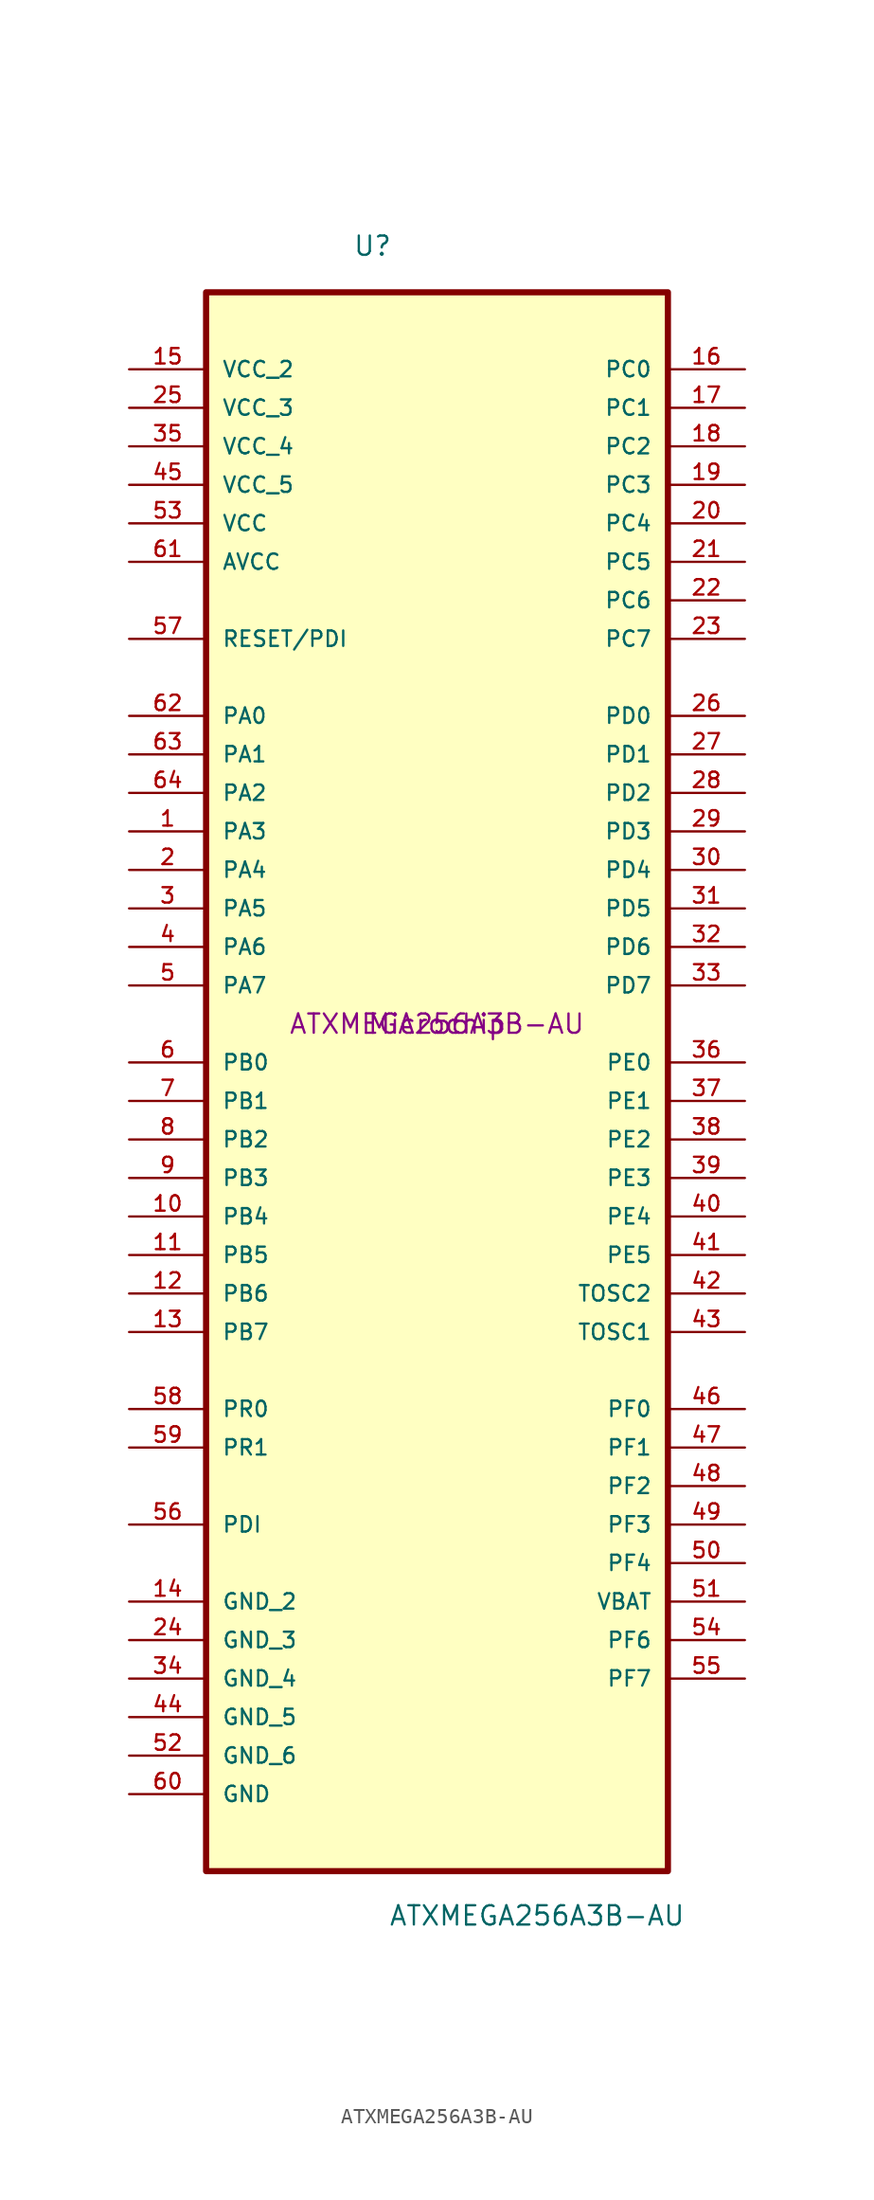
<source format=kicad_sym>
(kicad_symbol_lib
  (version 20220914)
  (generator kicad_symbol_editor)
  (symbol "ATXMEGA256A3B-AU"
    (pin_names
      (offset 1.016))
    (property "Reference" "U"
      (at -5.563 50.571 0)
      (effects (font (size 1.27 1.27)) (justify left bottom)))
    (property "Value" "ATXMEGA256A3B-AU"
      (at -3.2 -59.563 0)
      (effects (font (size 1.27 1.27)) (justify left bottom)))
    (property "Part Number" "ATXMEGA256A3B-AU"
      (at 0 0 0)
      (effects (font (size 1.27 1.27))))
    (property "Manufacturer" "Microchip"
      (at 0 0 0)
      (effects (font (size 1.27 1.27))))
    (symbol "ATXMEGA256A3B-AU_0_0"
      (rectangle (start -15.24 -55.88) (end 15.24 48.26) (stroke (width 0.406) (type default)) (fill (type background)))
      (pin bidirectional line (at -20.32 12.7 0) (length 5.08) (name "PA3" (effects (font (size 1.016 1.016)))) (number "1" (effects (font (size 1.016 1.016)))))
      (pin bidirectional line (at -20.32 -12.7 0) (length 5.08) (name "PB4" (effects (font (size 1.016 1.016)))) (number "10" (effects (font (size 1.016 1.016)))))
      (pin bidirectional line (at -20.32 -15.24 0) (length 5.08) (name "PB5" (effects (font (size 1.016 1.016)))) (number "11" (effects (font (size 1.016 1.016)))))
      (pin bidirectional line (at -20.32 -17.78 0) (length 5.08) (name "PB6" (effects (font (size 1.016 1.016)))) (number "12" (effects (font (size 1.016 1.016)))))
      (pin bidirectional line (at -20.32 -20.32 0) (length 5.08) (name "PB7" (effects (font (size 1.016 1.016)))) (number "13" (effects (font (size 1.016 1.016)))))
      (pin passive line (at -20.32 -38.1 0) (length 5.08) (name "GND_2" (effects (font (size 1.016 1.016)))) (number "14" (effects (font (size 1.016 1.016)))))
      (pin power_in line (at -20.32 43.18 0) (length 5.08) (name "VCC_2" (effects (font (size 1.016 1.016)))) (number "15" (effects (font (size 1.016 1.016)))))
      (pin bidirectional line (at 20.32 43.18 180) (length 5.08) (name "PC0" (effects (font (size 1.016 1.016)))) (number "16" (effects (font (size 1.016 1.016)))))
      (pin bidirectional line (at 20.32 40.64 180) (length 5.08) (name "PC1" (effects (font (size 1.016 1.016)))) (number "17" (effects (font (size 1.016 1.016)))))
      (pin bidirectional line (at 20.32 38.1 180) (length 5.08) (name "PC2" (effects (font (size 1.016 1.016)))) (number "18" (effects (font (size 1.016 1.016)))))
      (pin bidirectional line (at 20.32 35.56 180) (length 5.08) (name "PC3" (effects (font (size 1.016 1.016)))) (number "19" (effects (font (size 1.016 1.016)))))
      (pin bidirectional line (at -20.32 10.16 0) (length 5.08) (name "PA4" (effects (font (size 1.016 1.016)))) (number "2" (effects (font (size 1.016 1.016)))))
      (pin bidirectional line (at 20.32 33.02 180) (length 5.08) (name "PC4" (effects (font (size 1.016 1.016)))) (number "20" (effects (font (size 1.016 1.016)))))
      (pin bidirectional line (at 20.32 30.48 180) (length 5.08) (name "PC5" (effects (font (size 1.016 1.016)))) (number "21" (effects (font (size 1.016 1.016)))))
      (pin bidirectional line (at 20.32 27.94 180) (length 5.08) (name "PC6" (effects (font (size 1.016 1.016)))) (number "22" (effects (font (size 1.016 1.016)))))
      (pin bidirectional line (at 20.32 25.4 180) (length 5.08) (name "PC7" (effects (font (size 1.016 1.016)))) (number "23" (effects (font (size 1.016 1.016)))))
      (pin passive line (at -20.32 -40.64 0) (length 5.08) (name "GND_3" (effects (font (size 1.016 1.016)))) (number "24" (effects (font (size 1.016 1.016)))))
      (pin power_in line (at -20.32 40.64 0) (length 5.08) (name "VCC_3" (effects (font (size 1.016 1.016)))) (number "25" (effects (font (size 1.016 1.016)))))
      (pin bidirectional line (at 20.32 20.32 180) (length 5.08) (name "PD0" (effects (font (size 1.016 1.016)))) (number "26" (effects (font (size 1.016 1.016)))))
      (pin bidirectional line (at 20.32 17.78 180) (length 5.08) (name "PD1" (effects (font (size 1.016 1.016)))) (number "27" (effects (font (size 1.016 1.016)))))
      (pin bidirectional line (at 20.32 15.24 180) (length 5.08) (name "PD2" (effects (font (size 1.016 1.016)))) (number "28" (effects (font (size 1.016 1.016)))))
      (pin bidirectional line (at 20.32 12.7 180) (length 5.08) (name "PD3" (effects (font (size 1.016 1.016)))) (number "29" (effects (font (size 1.016 1.016)))))
      (pin bidirectional line (at -20.32 7.62 0) (length 5.08) (name "PA5" (effects (font (size 1.016 1.016)))) (number "3" (effects (font (size 1.016 1.016)))))
      (pin bidirectional line (at 20.32 10.16 180) (length 5.08) (name "PD4" (effects (font (size 1.016 1.016)))) (number "30" (effects (font (size 1.016 1.016)))))
      (pin bidirectional line (at 20.32 7.62 180) (length 5.08) (name "PD5" (effects (font (size 1.016 1.016)))) (number "31" (effects (font (size 1.016 1.016)))))
      (pin bidirectional line (at 20.32 5.08 180) (length 5.08) (name "PD6" (effects (font (size 1.016 1.016)))) (number "32" (effects (font (size 1.016 1.016)))))
      (pin bidirectional line (at 20.32 2.54 180) (length 5.08) (name "PD7" (effects (font (size 1.016 1.016)))) (number "33" (effects (font (size 1.016 1.016)))))
      (pin passive line (at -20.32 -43.18 0) (length 5.08) (name "GND_4" (effects (font (size 1.016 1.016)))) (number "34" (effects (font (size 1.016 1.016)))))
      (pin power_in line (at -20.32 38.1 0) (length 5.08) (name "VCC_4" (effects (font (size 1.016 1.016)))) (number "35" (effects (font (size 1.016 1.016)))))
      (pin bidirectional line (at 20.32 -2.54 180) (length 5.08) (name "PE0" (effects (font (size 1.016 1.016)))) (number "36" (effects (font (size 1.016 1.016)))))
      (pin bidirectional line (at 20.32 -5.08 180) (length 5.08) (name "PE1" (effects (font (size 1.016 1.016)))) (number "37" (effects (font (size 1.016 1.016)))))
      (pin bidirectional line (at 20.32 -7.62 180) (length 5.08) (name "PE2" (effects (font (size 1.016 1.016)))) (number "38" (effects (font (size 1.016 1.016)))))
      (pin bidirectional line (at 20.32 -10.16 180) (length 5.08) (name "PE3" (effects (font (size 1.016 1.016)))) (number "39" (effects (font (size 1.016 1.016)))))
      (pin bidirectional line (at -20.32 5.08 0) (length 5.08) (name "PA6" (effects (font (size 1.016 1.016)))) (number "4" (effects (font (size 1.016 1.016)))))
      (pin bidirectional line (at 20.32 -12.7 180) (length 5.08) (name "PE4" (effects (font (size 1.016 1.016)))) (number "40" (effects (font (size 1.016 1.016)))))
      (pin bidirectional line (at 20.32 -15.24 180) (length 5.08) (name "PE5" (effects (font (size 1.016 1.016)))) (number "41" (effects (font (size 1.016 1.016)))))
      (pin passive line (at -20.32 -45.72 0) (length 5.08) (name "GND_5" (effects (font (size 1.016 1.016)))) (number "44" (effects (font (size 1.016 1.016)))))
      (pin power_in line (at -20.32 35.56 0) (length 5.08) (name "VCC_5" (effects (font (size 1.016 1.016)))) (number "45" (effects (font (size 1.016 1.016)))))
      (pin bidirectional line (at 20.32 -25.4 180) (length 5.08) (name "PF0" (effects (font (size 1.016 1.016)))) (number "46" (effects (font (size 1.016 1.016)))))
      (pin bidirectional line (at 20.32 -27.94 180) (length 5.08) (name "PF1" (effects (font (size 1.016 1.016)))) (number "47" (effects (font (size 1.016 1.016)))))
      (pin bidirectional line (at 20.32 -30.48 180) (length 5.08) (name "PF2" (effects (font (size 1.016 1.016)))) (number "48" (effects (font (size 1.016 1.016)))))
      (pin bidirectional line (at 20.32 -33.02 180) (length 5.08) (name "PF3" (effects (font (size 1.016 1.016)))) (number "49" (effects (font (size 1.016 1.016)))))
      (pin bidirectional line (at -20.32 2.54 0) (length 5.08) (name "PA7" (effects (font (size 1.016 1.016)))) (number "5" (effects (font (size 1.016 1.016)))))
      (pin bidirectional line (at 20.32 -35.56 180) (length 5.08) (name "PF4" (effects (font (size 1.016 1.016)))) (number "50" (effects (font (size 1.016 1.016)))))
      (pin passive line (at -20.32 -48.26 0) (length 5.08) (name "GND_6" (effects (font (size 1.016 1.016)))) (number "52" (effects (font (size 1.016 1.016)))))
      (pin power_in line (at -20.32 33.02 0) (length 5.08) (name "VCC" (effects (font (size 1.016 1.016)))) (number "53" (effects (font (size 1.016 1.016)))))
      (pin bidirectional line (at 20.32 -40.64 180) (length 5.08) (name "PF6" (effects (font (size 1.016 1.016)))) (number "54" (effects (font (size 1.016 1.016)))))
      (pin bidirectional line (at 20.32 -43.18 180) (length 5.08) (name "PF7" (effects (font (size 1.016 1.016)))) (number "55" (effects (font (size 1.016 1.016)))))
      (pin passive line (at -20.32 -33.02 0) (length 5.08) (name "PDI" (effects (font (size 1.016 1.016)))) (number "56" (effects (font (size 1.016 1.016)))))
      (pin input line (at -20.32 25.4 0) (length 5.08) (name "RESET/PDI" (effects (font (size 1.016 1.016)))) (number "57" (effects (font (size 1.016 1.016)))))
      (pin bidirectional line (at -20.32 -25.4 0) (length 5.08) (name "PR0" (effects (font (size 1.016 1.016)))) (number "58" (effects (font (size 1.016 1.016)))))
      (pin bidirectional line (at -20.32 -27.94 0) (length 5.08) (name "PR1" (effects (font (size 1.016 1.016)))) (number "59" (effects (font (size 1.016 1.016)))))
      (pin bidirectional line (at -20.32 -2.54 0) (length 5.08) (name "PB0" (effects (font (size 1.016 1.016)))) (number "6" (effects (font (size 1.016 1.016)))))
      (pin passive line (at -20.32 -50.8 0) (length 5.08) (name "GND" (effects (font (size 1.016 1.016)))) (number "60" (effects (font (size 1.016 1.016)))))
      (pin power_in line (at -20.32 30.48 0) (length 5.08) (name "AVCC" (effects (font (size 1.016 1.016)))) (number "61" (effects (font (size 1.016 1.016)))))
      (pin bidirectional line (at -20.32 20.32 0) (length 5.08) (name "PA0" (effects (font (size 1.016 1.016)))) (number "62" (effects (font (size 1.016 1.016)))))
      (pin bidirectional line (at -20.32 17.78 0) (length 5.08) (name "PA1" (effects (font (size 1.016 1.016)))) (number "63" (effects (font (size 1.016 1.016)))))
      (pin bidirectional line (at -20.32 15.24 0) (length 5.08) (name "PA2" (effects (font (size 1.016 1.016)))) (number "64" (effects (font (size 1.016 1.016)))))
      (pin bidirectional line (at -20.32 -5.08 0) (length 5.08) (name "PB1" (effects (font (size 1.016 1.016)))) (number "7" (effects (font (size 1.016 1.016)))))
      (pin bidirectional line (at -20.32 -7.62 0) (length 5.08) (name "PB2" (effects (font (size 1.016 1.016)))) (number "8" (effects (font (size 1.016 1.016)))))
      (pin bidirectional line (at -20.32 -10.16 0) (length 5.08) (name "PB3" (effects (font (size 1.016 1.016)))) (number "9" (effects (font (size 1.016 1.016))))))
    (symbol "ATXMEGA256A3B-AU_1_0"
      (pin bidirectional line (at 20.32 -17.78 180) (length 5.08) (name "TOSC2" (effects (font (size 1.016 1.016)))) (number "42" (effects (font (size 1.016 1.016)))))
      (pin bidirectional line (at 20.32 -20.32 180) (length 5.08) (name "TOSC1" (effects (font (size 1.016 1.016)))) (number "43" (effects (font (size 1.016 1.016)))))
      (pin bidirectional line (at 20.32 -38.1 180) (length 5.08) (name "VBAT" (effects (font (size 1.016 1.016)))) (number "51" (effects (font (size 1.016 1.016))))))))
</source>
